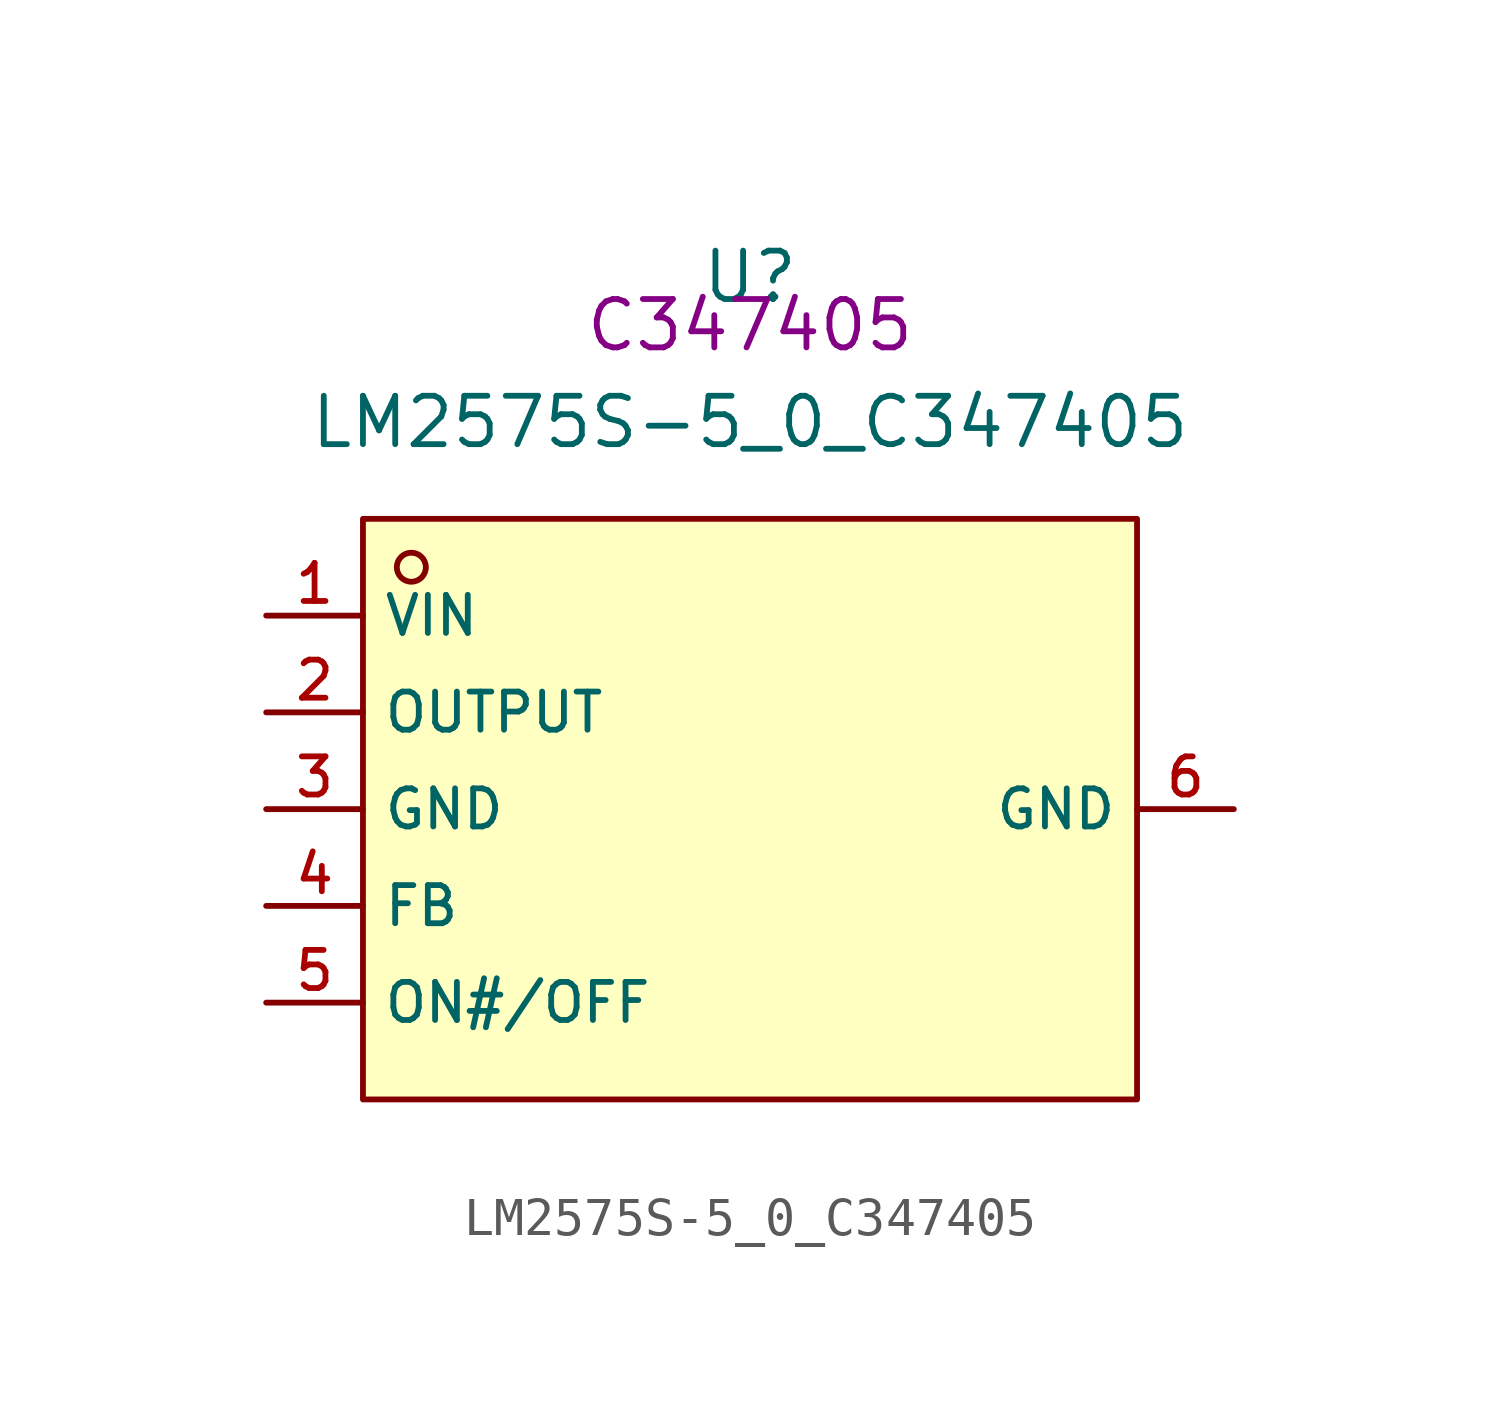
<source format=kicad_sym>
(kicad_symbol_lib
  (version 20210201)
  (generator TousstNicolas/JLC2KiCad_lib)
  (symbol "LM2575S-5_0_C347405"
    (property "Reference" "U"
      (at 0 1.27 0)
      (effects (font (size 1.27 1.27))))
    (property "Value" "LM2575S-5_0_C347405"
      (at 0 -2.54 0)
      (effects (font (size 1.27 1.27))))
    (property "LCSC" "C347405"
      (at 0 0 0)
      (effects (font (size 1.27 1.27))))
    (symbol "LM2575S-5_0_C347405_0_0"
      (rectangle (start -10.16 -5.08) (end 10.16 -20.32) (stroke (width 0) (type default) (color 0 0 0 0)) (fill (type background)))
      (circle (center -8.89 -6.35) (radius 0.381) (stroke (width 0) (type default) (color 0 0 0 0)) (fill (type background)))
      (pin unspecified line (at -12.7 -7.62 0) (length 2.54) (name "VIN" (effects (font (size 1 1)))) (number "1" (effects (font (size 1 1)))))
      (pin unspecified line (at -12.7 -10.16 0) (length 2.54) (name "OUTPUT" (effects (font (size 1 1)))) (number "2" (effects (font (size 1 1)))))
      (pin unspecified line (at -12.7 -12.7 0) (length 2.54) (name "GND" (effects (font (size 1 1)))) (number "3" (effects (font (size 1 1)))))
      (pin unspecified line (at -12.7 -15.24 0) (length 2.54) (name "FB" (effects (font (size 1 1)))) (number "4" (effects (font (size 1 1)))))
      (pin unspecified line (at -12.7 -17.78 0) (length 2.54) (name "ON#/OFF" (effects (font (size 1 1)))) (number "5" (effects (font (size 1 1)))))
      (pin unspecified line (at 12.7 -12.7 180) (length 2.54) (name "GND" (effects (font (size 1 1)))) (number "6" (effects (font (size 1 1))))))))
</source>
